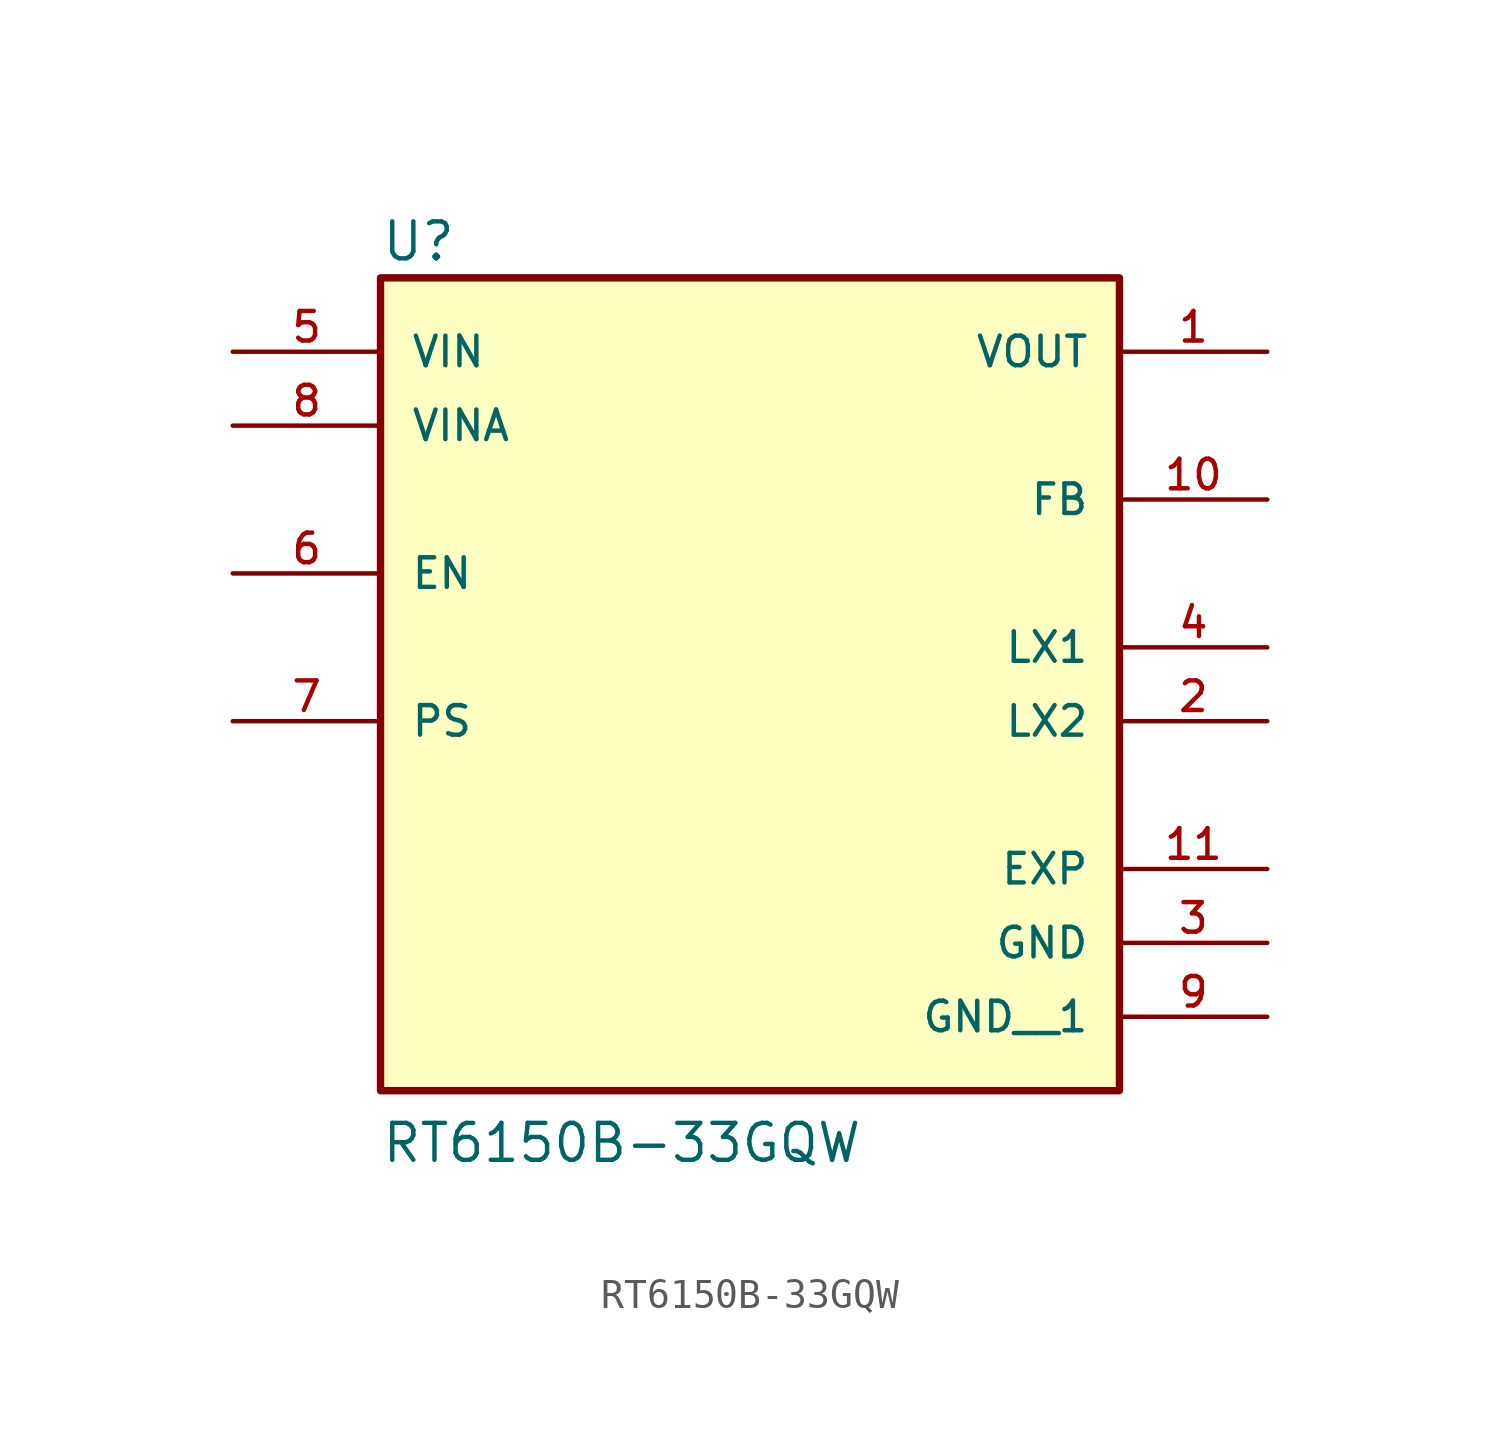
<source format=kicad_sym>
(kicad_symbol_lib
  (version 20211014)
  (generator kicad_symbol_editor)
  (symbol "RT6150B-33GQW"
    (pin_names
      (offset 1.016))
    (property "Reference" "U"
      (at -12.7 13.208 0)
      (effects (font (size 1.27 1.27)) (justify bottom left)))
    (property "Value" "RT6150B-33GQW"
      (at -12.7 -17.78 0)
      (effects (font (size 1.27 1.27)) (justify bottom left)))
    (symbol "RT6150B-33GQW_0_0"
      (rectangle (start -12.7 -15.24) (end 12.7 12.7) (stroke (width 0.254)) (fill (type background)))
      (pin output line (at 17.78 10.16 180.0) (length 5.08) (name "VOUT" (effects (font (size 1.016 1.016)))) (number "1" (effects (font (size 1.016 1.016)))))
      (pin passive line (at 17.78 -2.54 180.0) (length 5.08) (name "LX2" (effects (font (size 1.016 1.016)))) (number "2" (effects (font (size 1.016 1.016)))))
      (pin power_in line (at 17.78 -10.16 180.0) (length 5.08) (name "GND" (effects (font (size 1.016 1.016)))) (number "3" (effects (font (size 1.016 1.016)))))
      (pin passive line (at 17.78 0.0 180.0) (length 5.08) (name "LX1" (effects (font (size 1.016 1.016)))) (number "4" (effects (font (size 1.016 1.016)))))
      (pin input line (at -17.78 10.16 0) (length 5.08) (name "VIN" (effects (font (size 1.016 1.016)))) (number "5" (effects (font (size 1.016 1.016)))))
      (pin input line (at -17.78 2.54 0) (length 5.08) (name "EN" (effects (font (size 1.016 1.016)))) (number "6" (effects (font (size 1.016 1.016)))))
      (pin input line (at -17.78 -2.54 0) (length 5.08) (name "PS" (effects (font (size 1.016 1.016)))) (number "7" (effects (font (size 1.016 1.016)))))
      (pin input line (at -17.78 7.62 0) (length 5.08) (name "VINA" (effects (font (size 1.016 1.016)))) (number "8" (effects (font (size 1.016 1.016)))))
      (pin input line (at 17.78 5.08 180.0) (length 5.08) (name "FB" (effects (font (size 1.016 1.016)))) (number "10" (effects (font (size 1.016 1.016)))))
      (pin power_in line (at 17.78 -7.62 180.0) (length 5.08) (name "EXP" (effects (font (size 1.016 1.016)))) (number "11" (effects (font (size 1.016 1.016)))))
      (pin power_in line (at 17.78 -12.7 180.0) (length 5.08) (name "GND__1" (effects (font (size 1.016 1.016)))) (number "9" (effects (font (size 1.016 1.016))))))))
</source>
